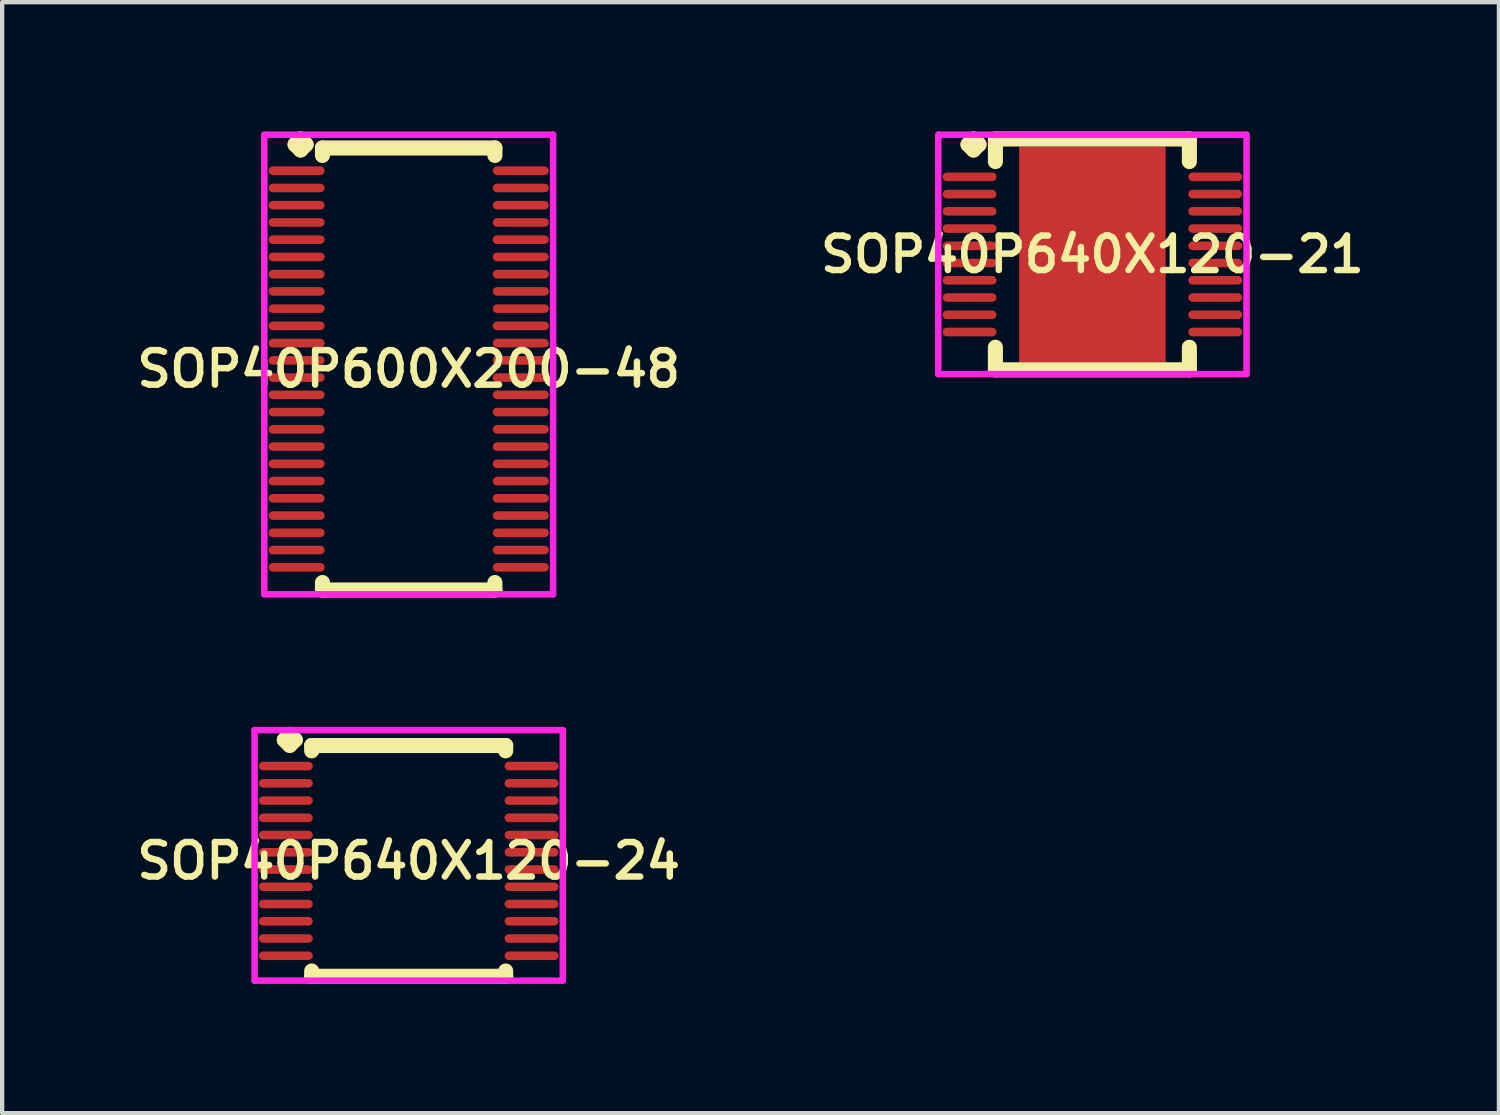
<source format=kicad_pcb>
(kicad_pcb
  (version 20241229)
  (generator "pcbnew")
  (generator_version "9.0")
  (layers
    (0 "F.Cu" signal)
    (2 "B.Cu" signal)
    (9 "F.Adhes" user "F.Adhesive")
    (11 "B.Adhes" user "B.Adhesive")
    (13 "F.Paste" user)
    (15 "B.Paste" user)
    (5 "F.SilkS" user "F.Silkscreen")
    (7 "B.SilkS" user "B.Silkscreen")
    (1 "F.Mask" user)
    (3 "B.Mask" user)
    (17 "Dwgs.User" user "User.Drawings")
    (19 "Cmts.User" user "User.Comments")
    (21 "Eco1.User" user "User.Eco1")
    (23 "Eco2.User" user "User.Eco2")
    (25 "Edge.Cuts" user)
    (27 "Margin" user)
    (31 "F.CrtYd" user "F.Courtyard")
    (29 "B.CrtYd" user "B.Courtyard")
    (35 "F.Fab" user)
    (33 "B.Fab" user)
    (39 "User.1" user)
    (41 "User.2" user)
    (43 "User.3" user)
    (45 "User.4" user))
  (footprint "SOP40P640X120-24"
    (layer "F.Cu")
    (at 6.431 16.922)
    (property "Reference" "SOP40P640X120-24" (at 0 0 0) (layer "F.SilkS") (effects (font (size 0.8 0.8) (thickness 0.15))))
    (attr smd)
    (fp_line (start -2.885 -2.808) (end -2.758 -2.935) (stroke (width 0.35) (type solid)) (layer "F.SilkS"))
    (fp_line (start -2.758 -2.935) (end -2.631 -2.808) (stroke (width 0.35) (type solid)) (layer "F.SilkS"))
    (fp_line (start -2.758 -2.681) (end -2.885 -2.808) (stroke (width 0.35) (type solid)) (layer "F.SilkS"))
    (fp_line (start -2.631 -2.808) (end -2.758 -2.681) (stroke (width 0.35) (type solid)) (layer "F.SilkS"))
    (fp_line (start -2.25 -2.677) (end 2.25 -2.677) (stroke (width 0.35) (type solid)) (layer "F.SilkS"))
    (fp_line (start -2.25 -2.554) (end -2.25 -2.677) (stroke (width 0.35) (type solid)) (layer "F.SilkS"))
    (fp_line (start -2.25 2.554) (end -2.25 2.677) (stroke (width 0.35) (type solid)) (layer "F.SilkS"))
    (fp_line (start -2.25 2.677) (end 2.25 2.677) (stroke (width 0.35) (type solid)) (layer "F.SilkS"))
    (fp_line (start 2.25 -2.677) (end 2.25 -2.554) (stroke (width 0.35) (type solid)) (layer "F.SilkS"))
    (fp_line (start 2.25 2.677) (end 2.25 2.554) (stroke (width 0.35) (type solid)) (layer "F.SilkS"))
    (fp_line (start -3.575 -3.035) (end 3.575 -3.035) (stroke (width 0.15) (type solid)) (layer "F.CrtYd"))
    (fp_line (start -3.575 2.777) (end -3.575 -3.035) (stroke (width 0.15) (type solid)) (layer "F.CrtYd"))
    (fp_line (start 3.575 -3.035) (end 3.575 2.777) (stroke (width 0.15) (type solid)) (layer "F.CrtYd"))
    (fp_line (start 3.575 2.777) (end -3.575 2.777) (stroke (width 0.15) (type solid)) (layer "F.CrtYd"))
    (pad "1" smd oval (at -2.85 -2.2) (size 1.25 0.2) (layers "F.Cu" "F.Mask" "F.Paste"))
    (pad "2" smd oval (at -2.85 -1.8) (size 1.25 0.2) (layers "F.Cu" "F.Mask" "F.Paste"))
    (pad "3" smd oval (at -2.85 -1.4) (size 1.25 0.2) (layers "F.Cu" "F.Mask" "F.Paste"))
    (pad "4" smd oval (at -2.85 -1) (size 1.25 0.2) (layers "F.Cu" "F.Mask" "F.Paste"))
    (pad "5" smd oval (at -2.85 -0.6) (size 1.25 0.2) (layers "F.Cu" "F.Mask" "F.Paste"))
    (pad "6" smd oval (at -2.85 -0.2) (size 1.25 0.2) (layers "F.Cu" "F.Mask" "F.Paste"))
    (pad "7" smd oval (at -2.85 0.2) (size 1.25 0.2) (layers "F.Cu" "F.Mask" "F.Paste"))
    (pad "8" smd oval (at -2.85 0.6) (size 1.25 0.2) (layers "F.Cu" "F.Mask" "F.Paste"))
    (pad "9" smd oval (at -2.85 1) (size 1.25 0.2) (layers "F.Cu" "F.Mask" "F.Paste"))
    (pad "10" smd oval (at -2.85 1.4) (size 1.25 0.2) (layers "F.Cu" "F.Mask" "F.Paste"))
    (pad "11" smd oval (at -2.85 1.8) (size 1.25 0.2) (layers "F.Cu" "F.Mask" "F.Paste"))
    (pad "12" smd oval (at -2.85 2.2) (size 1.25 0.2) (layers "F.Cu" "F.Mask" "F.Paste"))
    (pad "13" smd oval (at 2.85 2.2) (size 1.25 0.2) (layers "F.Cu" "F.Mask" "F.Paste"))
    (pad "14" smd oval (at 2.85 1.8) (size 1.25 0.2) (layers "F.Cu" "F.Mask" "F.Paste"))
    (pad "15" smd oval (at 2.85 1.4) (size 1.25 0.2) (layers "F.Cu" "F.Mask" "F.Paste"))
    (pad "16" smd oval (at 2.85 1) (size 1.25 0.2) (layers "F.Cu" "F.Mask" "F.Paste"))
    (pad "17" smd oval (at 2.85 0.6) (size 1.25 0.2) (layers "F.Cu" "F.Mask" "F.Paste"))
    (pad "18" smd oval (at 2.85 0.2) (size 1.25 0.2) (layers "F.Cu" "F.Mask" "F.Paste"))
    (pad "19" smd oval (at 2.85 -0.2) (size 1.25 0.2) (layers "F.Cu" "F.Mask" "F.Paste"))
    (pad "20" smd oval (at 2.85 -0.6) (size 1.25 0.2) (layers "F.Cu" "F.Mask" "F.Paste"))
    (pad "21" smd oval (at 2.85 -1) (size 1.25 0.2) (layers "F.Cu" "F.Mask" "F.Paste"))
    (pad "22" smd oval (at 2.85 -1.4) (size 1.25 0.2) (layers "F.Cu" "F.Mask" "F.Paste"))
    (pad "23" smd oval (at 2.85 -1.8) (size 1.25 0.2) (layers "F.Cu" "F.Mask" "F.Paste"))
    (pad "24" smd oval (at 2.85 -2.2) (size 1.25 0.2) (layers "F.Cu" "F.Mask" "F.Paste")))
  (footprint "SOP40P640X120-21"
    (layer "F.Cu")
    (at 22.292 2.852)
    (property "Reference" "SOP40P640X120-21" (at 0 0 0) (layer "F.SilkS") (effects (font (size 0.8 0.8) (thickness 0.15))))
    (attr smd)
    (fp_line (start -2.885 -2.55) (end -2.758 -2.677) (stroke (width 0.35) (type solid)) (layer "F.SilkS"))
    (fp_line (start -2.758 -2.677) (end -2.631 -2.55) (stroke (width 0.35) (type solid)) (layer "F.SilkS"))
    (fp_line (start -2.758 -2.423) (end -2.885 -2.55) (stroke (width 0.35) (type solid)) (layer "F.SilkS"))
    (fp_line (start -2.631 -2.55) (end -2.758 -2.423) (stroke (width 0.35) (type solid)) (layer "F.SilkS"))
    (fp_line (start -2.25 -2.677) (end 2.25 -2.677) (stroke (width 0.35) (type solid)) (layer "F.SilkS"))
    (fp_line (start -2.25 -2.154) (end -2.25 -2.677) (stroke (width 0.35) (type solid)) (layer "F.SilkS"))
    (fp_line (start -2.25 2.154) (end -2.25 2.677) (stroke (width 0.35) (type solid)) (layer "F.SilkS"))
    (fp_line (start -2.25 2.677) (end 2.25 2.677) (stroke (width 0.35) (type solid)) (layer "F.SilkS"))
    (fp_line (start 2.25 -2.677) (end 2.25 -2.154) (stroke (width 0.35) (type solid)) (layer "F.SilkS"))
    (fp_line (start 2.25 2.677) (end 2.25 2.154) (stroke (width 0.35) (type solid)) (layer "F.SilkS"))
    (fp_line (start -3.575 -2.777) (end 3.575 -2.777) (stroke (width 0.15) (type solid)) (layer "F.CrtYd"))
    (fp_line (start -3.575 2.777) (end -3.575 -2.777) (stroke (width 0.15) (type solid)) (layer "F.CrtYd"))
    (fp_line (start 3.575 -2.777) (end 3.575 2.777) (stroke (width 0.15) (type solid)) (layer "F.CrtYd"))
    (fp_line (start 3.575 2.777) (end -3.575 2.777) (stroke (width 0.15) (type solid)) (layer "F.CrtYd"))
    (pad "1" smd oval (at -2.85 -1.8) (size 1.25 0.2) (layers "F.Cu" "F.Mask" "F.Paste"))
    (pad "2" smd oval (at -2.85 -1.4) (size 1.25 0.2) (layers "F.Cu" "F.Mask" "F.Paste"))
    (pad "3" smd oval (at -2.85 -1) (size 1.25 0.2) (layers "F.Cu" "F.Mask" "F.Paste"))
    (pad "4" smd oval (at -2.85 -0.6) (size 1.25 0.2) (layers "F.Cu" "F.Mask" "F.Paste"))
    (pad "5" smd oval (at -2.85 -0.2) (size 1.25 0.2) (layers "F.Cu" "F.Mask" "F.Paste"))
    (pad "6" smd oval (at -2.85 0.2) (size 1.25 0.2) (layers "F.Cu" "F.Mask" "F.Paste"))
    (pad "7" smd oval (at -2.85 0.6) (size 1.25 0.2) (layers "F.Cu" "F.Mask" "F.Paste"))
    (pad "8" smd oval (at -2.85 1) (size 1.25 0.2) (layers "F.Cu" "F.Mask" "F.Paste"))
    (pad "9" smd oval (at -2.85 1.4) (size 1.25 0.2) (layers "F.Cu" "F.Mask" "F.Paste"))
    (pad "10" smd oval (at -2.85 1.8) (size 1.25 0.2) (layers "F.Cu" "F.Mask" "F.Paste"))
    (pad "11" smd oval (at 2.85 1.8) (size 1.25 0.2) (layers "F.Cu" "F.Mask" "F.Paste"))
    (pad "12" smd oval (at 2.85 1.4) (size 1.25 0.2) (layers "F.Cu" "F.Mask" "F.Paste"))
    (pad "13" smd oval (at 2.85 1) (size 1.25 0.2) (layers "F.Cu" "F.Mask" "F.Paste"))
    (pad "14" smd oval (at 2.85 0.6) (size 1.25 0.2) (layers "F.Cu" "F.Mask" "F.Paste"))
    (pad "15" smd oval (at 2.85 0.2) (size 1.25 0.2) (layers "F.Cu" "F.Mask" "F.Paste"))
    (pad "16" smd oval (at 2.85 -0.2) (size 1.25 0.2) (layers "F.Cu" "F.Mask" "F.Paste"))
    (pad "17" smd oval (at 2.85 -0.6) (size 1.25 0.2) (layers "F.Cu" "F.Mask" "F.Paste"))
    (pad "18" smd oval (at 2.85 -1) (size 1.25 0.2) (layers "F.Cu" "F.Mask" "F.Paste"))
    (pad "19" smd oval (at 2.85 -1.4) (size 1.25 0.2) (layers "F.Cu" "F.Mask" "F.Paste"))
    (pad "20" smd oval (at 2.85 -1.8) (size 1.25 0.2) (layers "F.Cu" "F.Mask" "F.Paste"))
    (pad "21" smd rect (at 0 0) (size 3.4 5) (layers "F.Cu" "F.Mask" "F.Paste")))
  (footprint "SOP40P600X200-48"
    (layer "F.Cu")
    (at 6.431 5.51)
    (property "Reference" "SOP40P600X200-48" (at 0 0 0) (layer "F.SilkS") (effects (font (size 0.8 0.8) (thickness 0.15))))
    (attr smd)
    (fp_line (start -2.635 -5.208) (end -2.508 -5.335) (stroke (width 0.35) (type solid)) (layer "F.SilkS"))
    (fp_line (start -2.508 -5.335) (end -2.381 -5.208) (stroke (width 0.35) (type solid)) (layer "F.SilkS"))
    (fp_line (start -2.508 -5.081) (end -2.635 -5.208) (stroke (width 0.35) (type solid)) (layer "F.SilkS"))
    (fp_line (start -2.381 -5.208) (end -2.508 -5.081) (stroke (width 0.35) (type solid)) (layer "F.SilkS"))
    (fp_line (start -2 -5.127) (end 2 -5.127) (stroke (width 0.35) (type solid)) (layer "F.SilkS"))
    (fp_line (start -2 -4.954) (end -2 -5.127) (stroke (width 0.35) (type solid)) (layer "F.SilkS"))
    (fp_line (start -2 4.954) (end -2 5.127) (stroke (width 0.35) (type solid)) (layer "F.SilkS"))
    (fp_line (start -2 5.127) (end 2 5.127) (stroke (width 0.35) (type solid)) (layer "F.SilkS"))
    (fp_line (start 2 -5.127) (end 2 -4.954) (stroke (width 0.35) (type solid)) (layer "F.SilkS"))
    (fp_line (start 2 5.127) (end 2 4.954) (stroke (width 0.35) (type solid)) (layer "F.SilkS"))
    (fp_line (start -3.35 -5.435) (end 3.35 -5.435) (stroke (width 0.15) (type solid)) (layer "F.CrtYd"))
    (fp_line (start -3.35 5.227) (end -3.35 -5.435) (stroke (width 0.15) (type solid)) (layer "F.CrtYd"))
    (fp_line (start 3.35 -5.435) (end 3.35 5.227) (stroke (width 0.15) (type solid)) (layer "F.CrtYd"))
    (fp_line (start 3.35 5.227) (end -3.35 5.227) (stroke (width 0.15) (type solid)) (layer "F.CrtYd"))
    (pad "1" smd oval (at -2.6 -4.6) (size 1.3 0.2) (layers "F.Cu" "F.Mask" "F.Paste"))
    (pad "2" smd oval (at -2.6 -4.2) (size 1.3 0.2) (layers "F.Cu" "F.Mask" "F.Paste"))
    (pad "3" smd oval (at -2.6 -3.8) (size 1.3 0.2) (layers "F.Cu" "F.Mask" "F.Paste"))
    (pad "4" smd oval (at -2.6 -3.4) (size 1.3 0.2) (layers "F.Cu" "F.Mask" "F.Paste"))
    (pad "5" smd oval (at -2.6 -3) (size 1.3 0.2) (layers "F.Cu" "F.Mask" "F.Paste"))
    (pad "6" smd oval (at -2.6 -2.6) (size 1.3 0.2) (layers "F.Cu" "F.Mask" "F.Paste"))
    (pad "7" smd oval (at -2.6 -2.2) (size 1.3 0.2) (layers "F.Cu" "F.Mask" "F.Paste"))
    (pad "8" smd oval (at -2.6 -1.8) (size 1.3 0.2) (layers "F.Cu" "F.Mask" "F.Paste"))
    (pad "9" smd oval (at -2.6 -1.4) (size 1.3 0.2) (layers "F.Cu" "F.Mask" "F.Paste"))
    (pad "10" smd oval (at -2.6 -1) (size 1.3 0.2) (layers "F.Cu" "F.Mask" "F.Paste"))
    (pad "11" smd oval (at -2.6 -0.6) (size 1.3 0.2) (layers "F.Cu" "F.Mask" "F.Paste"))
    (pad "12" smd oval (at -2.6 -0.2) (size 1.3 0.2) (layers "F.Cu" "F.Mask" "F.Paste"))
    (pad "13" smd oval (at -2.6 0.2) (size 1.3 0.2) (layers "F.Cu" "F.Mask" "F.Paste"))
    (pad "14" smd oval (at -2.6 0.6) (size 1.3 0.2) (layers "F.Cu" "F.Mask" "F.Paste"))
    (pad "15" smd oval (at -2.6 1) (size 1.3 0.2) (layers "F.Cu" "F.Mask" "F.Paste"))
    (pad "16" smd oval (at -2.6 1.4) (size 1.3 0.2) (layers "F.Cu" "F.Mask" "F.Paste"))
    (pad "17" smd oval (at -2.6 1.8) (size 1.3 0.2) (layers "F.Cu" "F.Mask" "F.Paste"))
    (pad "18" smd oval (at -2.6 2.2) (size 1.3 0.2) (layers "F.Cu" "F.Mask" "F.Paste"))
    (pad "19" smd oval (at -2.6 2.6) (size 1.3 0.2) (layers "F.Cu" "F.Mask" "F.Paste"))
    (pad "20" smd oval (at -2.6 3) (size 1.3 0.2) (layers "F.Cu" "F.Mask" "F.Paste"))
    (pad "21" smd oval (at -2.6 3.4) (size 1.3 0.2) (layers "F.Cu" "F.Mask" "F.Paste"))
    (pad "22" smd oval (at -2.6 3.8) (size 1.3 0.2) (layers "F.Cu" "F.Mask" "F.Paste"))
    (pad "23" smd oval (at -2.6 4.2) (size 1.3 0.2) (layers "F.Cu" "F.Mask" "F.Paste"))
    (pad "24" smd oval (at -2.6 4.6) (size 1.3 0.2) (layers "F.Cu" "F.Mask" "F.Paste"))
    (pad "25" smd oval (at 2.6 4.6) (size 1.3 0.2) (layers "F.Cu" "F.Mask" "F.Paste"))
    (pad "26" smd oval (at 2.6 4.2) (size 1.3 0.2) (layers "F.Cu" "F.Mask" "F.Paste"))
    (pad "27" smd oval (at 2.6 3.8) (size 1.3 0.2) (layers "F.Cu" "F.Mask" "F.Paste"))
    (pad "28" smd oval (at 2.6 3.4) (size 1.3 0.2) (layers "F.Cu" "F.Mask" "F.Paste"))
    (pad "29" smd oval (at 2.6 3) (size 1.3 0.2) (layers "F.Cu" "F.Mask" "F.Paste"))
    (pad "30" smd oval (at 2.6 2.6) (size 1.3 0.2) (layers "F.Cu" "F.Mask" "F.Paste"))
    (pad "31" smd oval (at 2.6 2.2) (size 1.3 0.2) (layers "F.Cu" "F.Mask" "F.Paste"))
    (pad "32" smd oval (at 2.6 1.8) (size 1.3 0.2) (layers "F.Cu" "F.Mask" "F.Paste"))
    (pad "33" smd oval (at 2.6 1.4) (size 1.3 0.2) (layers "F.Cu" "F.Mask" "F.Paste"))
    (pad "34" smd oval (at 2.6 1) (size 1.3 0.2) (layers "F.Cu" "F.Mask" "F.Paste"))
    (pad "35" smd oval (at 2.6 0.6) (size 1.3 0.2) (layers "F.Cu" "F.Mask" "F.Paste"))
    (pad "36" smd oval (at 2.6 0.2) (size 1.3 0.2) (layers "F.Cu" "F.Mask" "F.Paste"))
    (pad "37" smd oval (at 2.6 -0.2) (size 1.3 0.2) (layers "F.Cu" "F.Mask" "F.Paste"))
    (pad "38" smd oval (at 2.6 -0.6) (size 1.3 0.2) (layers "F.Cu" "F.Mask" "F.Paste"))
    (pad "39" smd oval (at 2.6 -1) (size 1.3 0.2) (layers "F.Cu" "F.Mask" "F.Paste"))
    (pad "40" smd oval (at 2.6 -1.4) (size 1.3 0.2) (layers "F.Cu" "F.Mask" "F.Paste"))
    (pad "41" smd oval (at 2.6 -1.8) (size 1.3 0.2) (layers "F.Cu" "F.Mask" "F.Paste"))
    (pad "42" smd oval (at 2.6 -2.2) (size 1.3 0.2) (layers "F.Cu" "F.Mask" "F.Paste"))
    (pad "43" smd oval (at 2.6 -2.6) (size 1.3 0.2) (layers "F.Cu" "F.Mask" "F.Paste"))
    (pad "44" smd oval (at 2.6 -3) (size 1.3 0.2) (layers "F.Cu" "F.Mask" "F.Paste"))
    (pad "45" smd oval (at 2.6 -3.4) (size 1.3 0.2) (layers "F.Cu" "F.Mask" "F.Paste"))
    (pad "46" smd oval (at 2.6 -3.8) (size 1.3 0.2) (layers "F.Cu" "F.Mask" "F.Paste"))
    (pad "47" smd oval (at 2.6 -4.2) (size 1.3 0.2) (layers "F.Cu" "F.Mask" "F.Paste"))
    (pad "48" smd oval (at 2.6 -4.6) (size 1.3 0.2) (layers "F.Cu" "F.Mask" "F.Paste")))
  (gr_rect
    (start -3 -3)
    (end 31.723 22.774)
    (stroke (width 0.1) (type default))
    (fill no)
    (layer "Edge.Cuts")))
</source>
